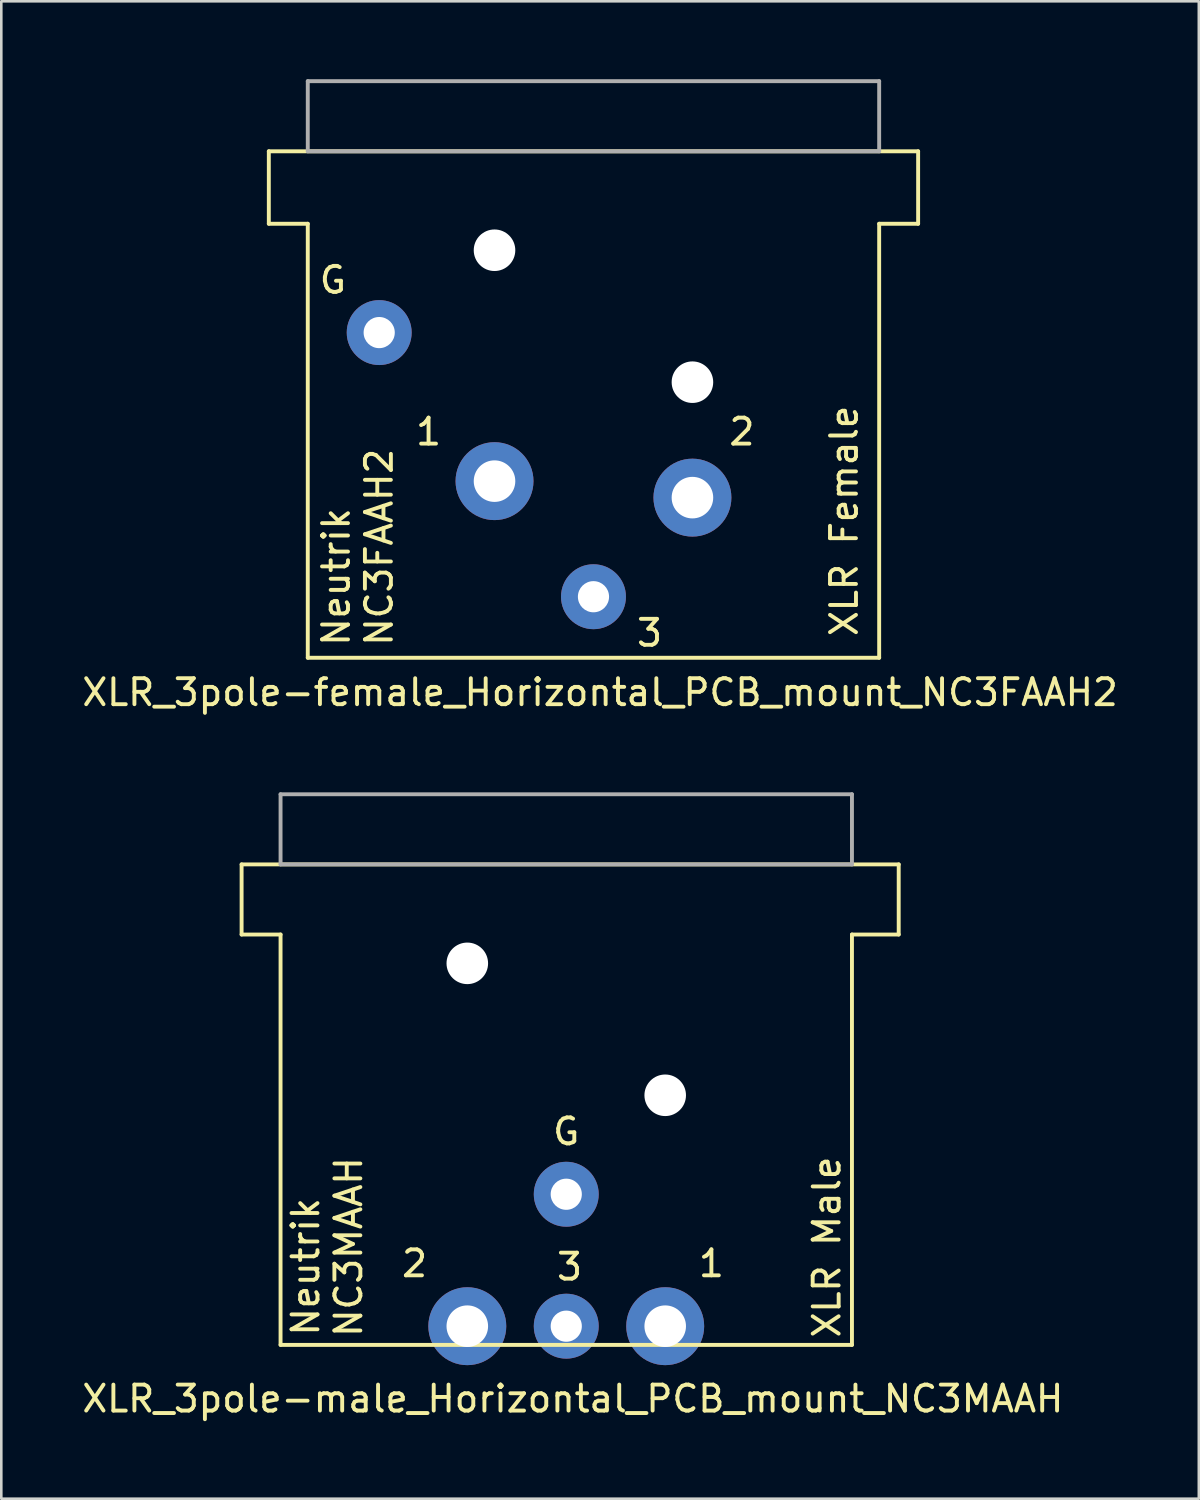
<source format=kicad_pcb>
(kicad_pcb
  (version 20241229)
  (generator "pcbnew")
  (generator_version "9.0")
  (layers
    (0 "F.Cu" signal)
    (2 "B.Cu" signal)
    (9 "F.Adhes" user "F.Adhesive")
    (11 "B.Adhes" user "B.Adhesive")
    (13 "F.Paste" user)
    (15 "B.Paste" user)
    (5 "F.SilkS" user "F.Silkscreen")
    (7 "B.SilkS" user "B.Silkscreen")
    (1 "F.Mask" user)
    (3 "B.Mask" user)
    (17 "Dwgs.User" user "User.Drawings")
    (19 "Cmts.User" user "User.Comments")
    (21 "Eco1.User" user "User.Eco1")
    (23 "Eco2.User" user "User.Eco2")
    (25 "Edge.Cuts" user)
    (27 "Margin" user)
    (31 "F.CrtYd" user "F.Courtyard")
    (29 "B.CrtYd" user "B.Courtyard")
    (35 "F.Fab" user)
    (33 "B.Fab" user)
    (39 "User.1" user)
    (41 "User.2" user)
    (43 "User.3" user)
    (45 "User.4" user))
  (footprint "XLR_3pole-female_Horizontal_PCB_mount_NC3FAAH2"
    (layer "F.Cu")
    (at 19.8 19.925)
    (property "Reference" "XLR_3pole-female_Horizontal_PCB_mount_NC3FAAH2" (at 0.254 3.683 0) (layer "F.SilkS") (effects (font (size 1 1) (thickness 0.15))))
    (attr through_hole)
    (fp_line (start -12.5 -17.15) (end -12.5 -14.36) (stroke (width 0.15) (type solid)) (layer "F.SilkS"))
    (fp_line (start -12.5 -17.15) (end 12.5 -17.15) (stroke (width 0.15) (type solid)) (layer "F.SilkS"))
    (fp_line (start -12.5 -14.36) (end -11 -14.36) (stroke (width 0.15) (type solid)) (layer "F.SilkS"))
    (fp_line (start -11 -14.36) (end -11 2.35) (stroke (width 0.15) (type solid)) (layer "F.SilkS"))
    (fp_line (start -11 2.35) (end 11 2.35) (stroke (width 0.15) (type solid)) (layer "F.SilkS"))
    (fp_line (start 11 -14.36) (end 11 2.35) (stroke (width 0.15) (type solid)) (layer "F.SilkS"))
    (fp_line (start 11 -14.36) (end 12.5 -14.36) (stroke (width 0.15) (type solid)) (layer "F.SilkS"))
    (fp_line (start 12.5 -17.15) (end 12.5 -14.36) (stroke (width 0.15) (type solid)) (layer "F.SilkS"))
    (fp_line (start -11 -19.85) (end 11 -19.85) (stroke (width 0.15) (type solid)) (layer "F.Fab"))
    (fp_line (start -11 -17.15) (end -11 -19.85) (stroke (width 0.15) (type solid)) (layer "F.Fab"))
    (fp_line (start -11 -17.15) (end 11 -17.15) (stroke (width 0.15) (type solid)) (layer "F.Fab"))
    (fp_line (start 11 -17.15) (end 11 -19.85) (stroke (width 0.15) (type solid)) (layer "F.Fab"))
    (fp_text user "G" (at -10.033 -12.192 0) (layer "F.SilkS") (effects (font (size 1 1) (thickness 0.15))))
    (fp_text user "3" (at 2.159 1.397 0) (layer "F.SilkS") (effects (font (size 1 1) (thickness 0.15))))
    (fp_text user "1" (at -6.35 -6.35 0) (layer "F.SilkS") (effects (font (size 1 1) (thickness 0.15))))
    (fp_text user "Neutrik" (at -9.906 -0.762 90) (layer "F.SilkS") (effects (font (size 1 1) (thickness 0.15))))
    (fp_text user "NC3FAAH2" (at -8.255 -1.905 90) (layer "F.SilkS") (effects (font (size 1 1) (thickness 0.15))))
    (fp_text user "XLR Female" (at 9.652 -2.921 90) (layer "F.SilkS") (effects (font (size 1 1) (thickness 0.15))))
    (fp_text user "2" (at 5.715 -6.35 0) (layer "F.SilkS") (effects (font (size 1 1) (thickness 0.15))))
    (pad "" np_thru_hole circle (at -3.81 -13.34) (size 1.6 1.6) (drill 1.6) (layers "*.Cu" "*.Mask"))
    (pad "" np_thru_hole circle (at 3.81 -8.26) (size 1.6 1.6) (drill 1.6) (layers "*.Cu" "*.Mask"))
    (pad "1" thru_hole circle (at -3.81 -4.45) (size 3 3) (drill 1.6) (layers "*.Cu" "*.Mask"))
    (pad "2" thru_hole circle (at 3.81 -3.815) (size 3 3) (drill 1.6) (layers "*.Cu" "*.Mask"))
    (pad "3" thru_hole circle (at 0 0) (size 2.5 2.5) (drill 1.2) (layers "*.Cu" "*.Mask"))
    (pad "G" thru_hole circle (at -8.25 -10.17) (size 2.5 2.5) (drill 1.2) (layers "*.Cu" "*.Mask")))
  (footprint "XLR_3pole-male_Horizontal_PCB_mount_NC3MAAH"
    (layer "F.Cu")
    (at 18.752 48.011)
    (property "Reference" "XLR_3pole-male_Horizontal_PCB_mount_NC3MAAH" (at 0.254 2.794 0) (layer "F.SilkS") (effects (font (size 1 1) (thickness 0.15))))
    (attr through_hole)
    (fp_line (start -12.5 -17.78) (end -12.5 -15.08) (stroke (width 0.15) (type solid)) (layer "F.SilkS"))
    (fp_line (start -12.5 -17.78) (end 12.8 -17.78) (stroke (width 0.15) (type solid)) (layer "F.SilkS"))
    (fp_line (start -12.5 -15.08) (end -11 -15.08) (stroke (width 0.15) (type solid)) (layer "F.SilkS"))
    (fp_line (start -11 -15.08) (end -11 0.72) (stroke (width 0.15) (type solid)) (layer "F.SilkS"))
    (fp_line (start -11 0.72) (end 11 0.72) (stroke (width 0.15) (type solid)) (layer "F.SilkS"))
    (fp_line (start 11 -15.08) (end 11 0.72) (stroke (width 0.15) (type solid)) (layer "F.SilkS"))
    (fp_line (start 11 -15.08) (end 12.8 -15.08) (stroke (width 0.15) (type solid)) (layer "F.SilkS"))
    (fp_line (start 12.8 -17.78) (end 12.8 -15.08) (stroke (width 0.15) (type solid)) (layer "F.SilkS"))
    (fp_line (start -11 -20.48) (end 11 -20.48) (stroke (width 0.15) (type solid)) (layer "F.Fab"))
    (fp_line (start -11 -17.78) (end -11 -20.48) (stroke (width 0.15) (type solid)) (layer "F.Fab"))
    (fp_line (start -11 -17.78) (end 11 -17.78) (stroke (width 0.15) (type solid)) (layer "F.Fab"))
    (fp_line (start 11 -17.78) (end 11 -20.48) (stroke (width 0.15) (type solid)) (layer "F.Fab"))
    (fp_text user "G" (at 0 -7.493 0) (layer "F.SilkS") (effects (font (size 1 1) (thickness 0.15))))
    (fp_text user "1" (at 5.588 -2.413 0) (layer "F.SilkS") (effects (font (size 1 1) (thickness 0.15))))
    (fp_text user "Neutrik" (at -10.033 -2.286 90) (layer "F.SilkS") (effects (font (size 1 1) (thickness 0.15))))
    (fp_text user "NC3MAAH" (at -8.382 -3.048 90) (layer "F.SilkS") (effects (font (size 1 1) (thickness 0.15))))
    (fp_text user "2" (at -5.842 -2.413 0) (layer "F.SilkS") (effects (font (size 1 1) (thickness 0.15))))
    (fp_text user "3" (at 0.127 -2.286 0) (layer "F.SilkS") (effects (font (size 1 1) (thickness 0.15))))
    (fp_text user "XLR Male" (at 10.033 -3.048 90) (layer "F.SilkS") (effects (font (size 1 1) (thickness 0.15))))
    (pad "" np_thru_hole circle (at -3.81 -13.97) (size 1.6 1.6) (drill 1.6) (layers "*.Cu" "*.Mask"))
    (pad "" np_thru_hole circle (at 3.81 -8.89) (size 1.6 1.6) (drill 1.6) (layers "*.Cu" "*.Mask"))
    (pad "1" thru_hole circle (at 3.81 0) (size 3 3) (drill 1.6) (layers "*.Cu" "*.Mask"))
    (pad "2" thru_hole circle (at -3.81 0) (size 3 3) (drill 1.6) (layers "*.Cu" "*.Mask"))
    (pad "3" thru_hole circle (at 0 0) (size 2.5 2.5) (drill 1.2) (layers "*.Cu" "*.Mask"))
    (pad "G" thru_hole circle (at 0 -5.08) (size 2.5 2.5) (drill 1.2) (layers "*.Cu" "*.Mask")))
  (gr_rect
    (start -3 -3)
    (end 43.107 54.654)
    (stroke (width 0.1) (type default))
    (fill no)
    (layer "Edge.Cuts")))
</source>
